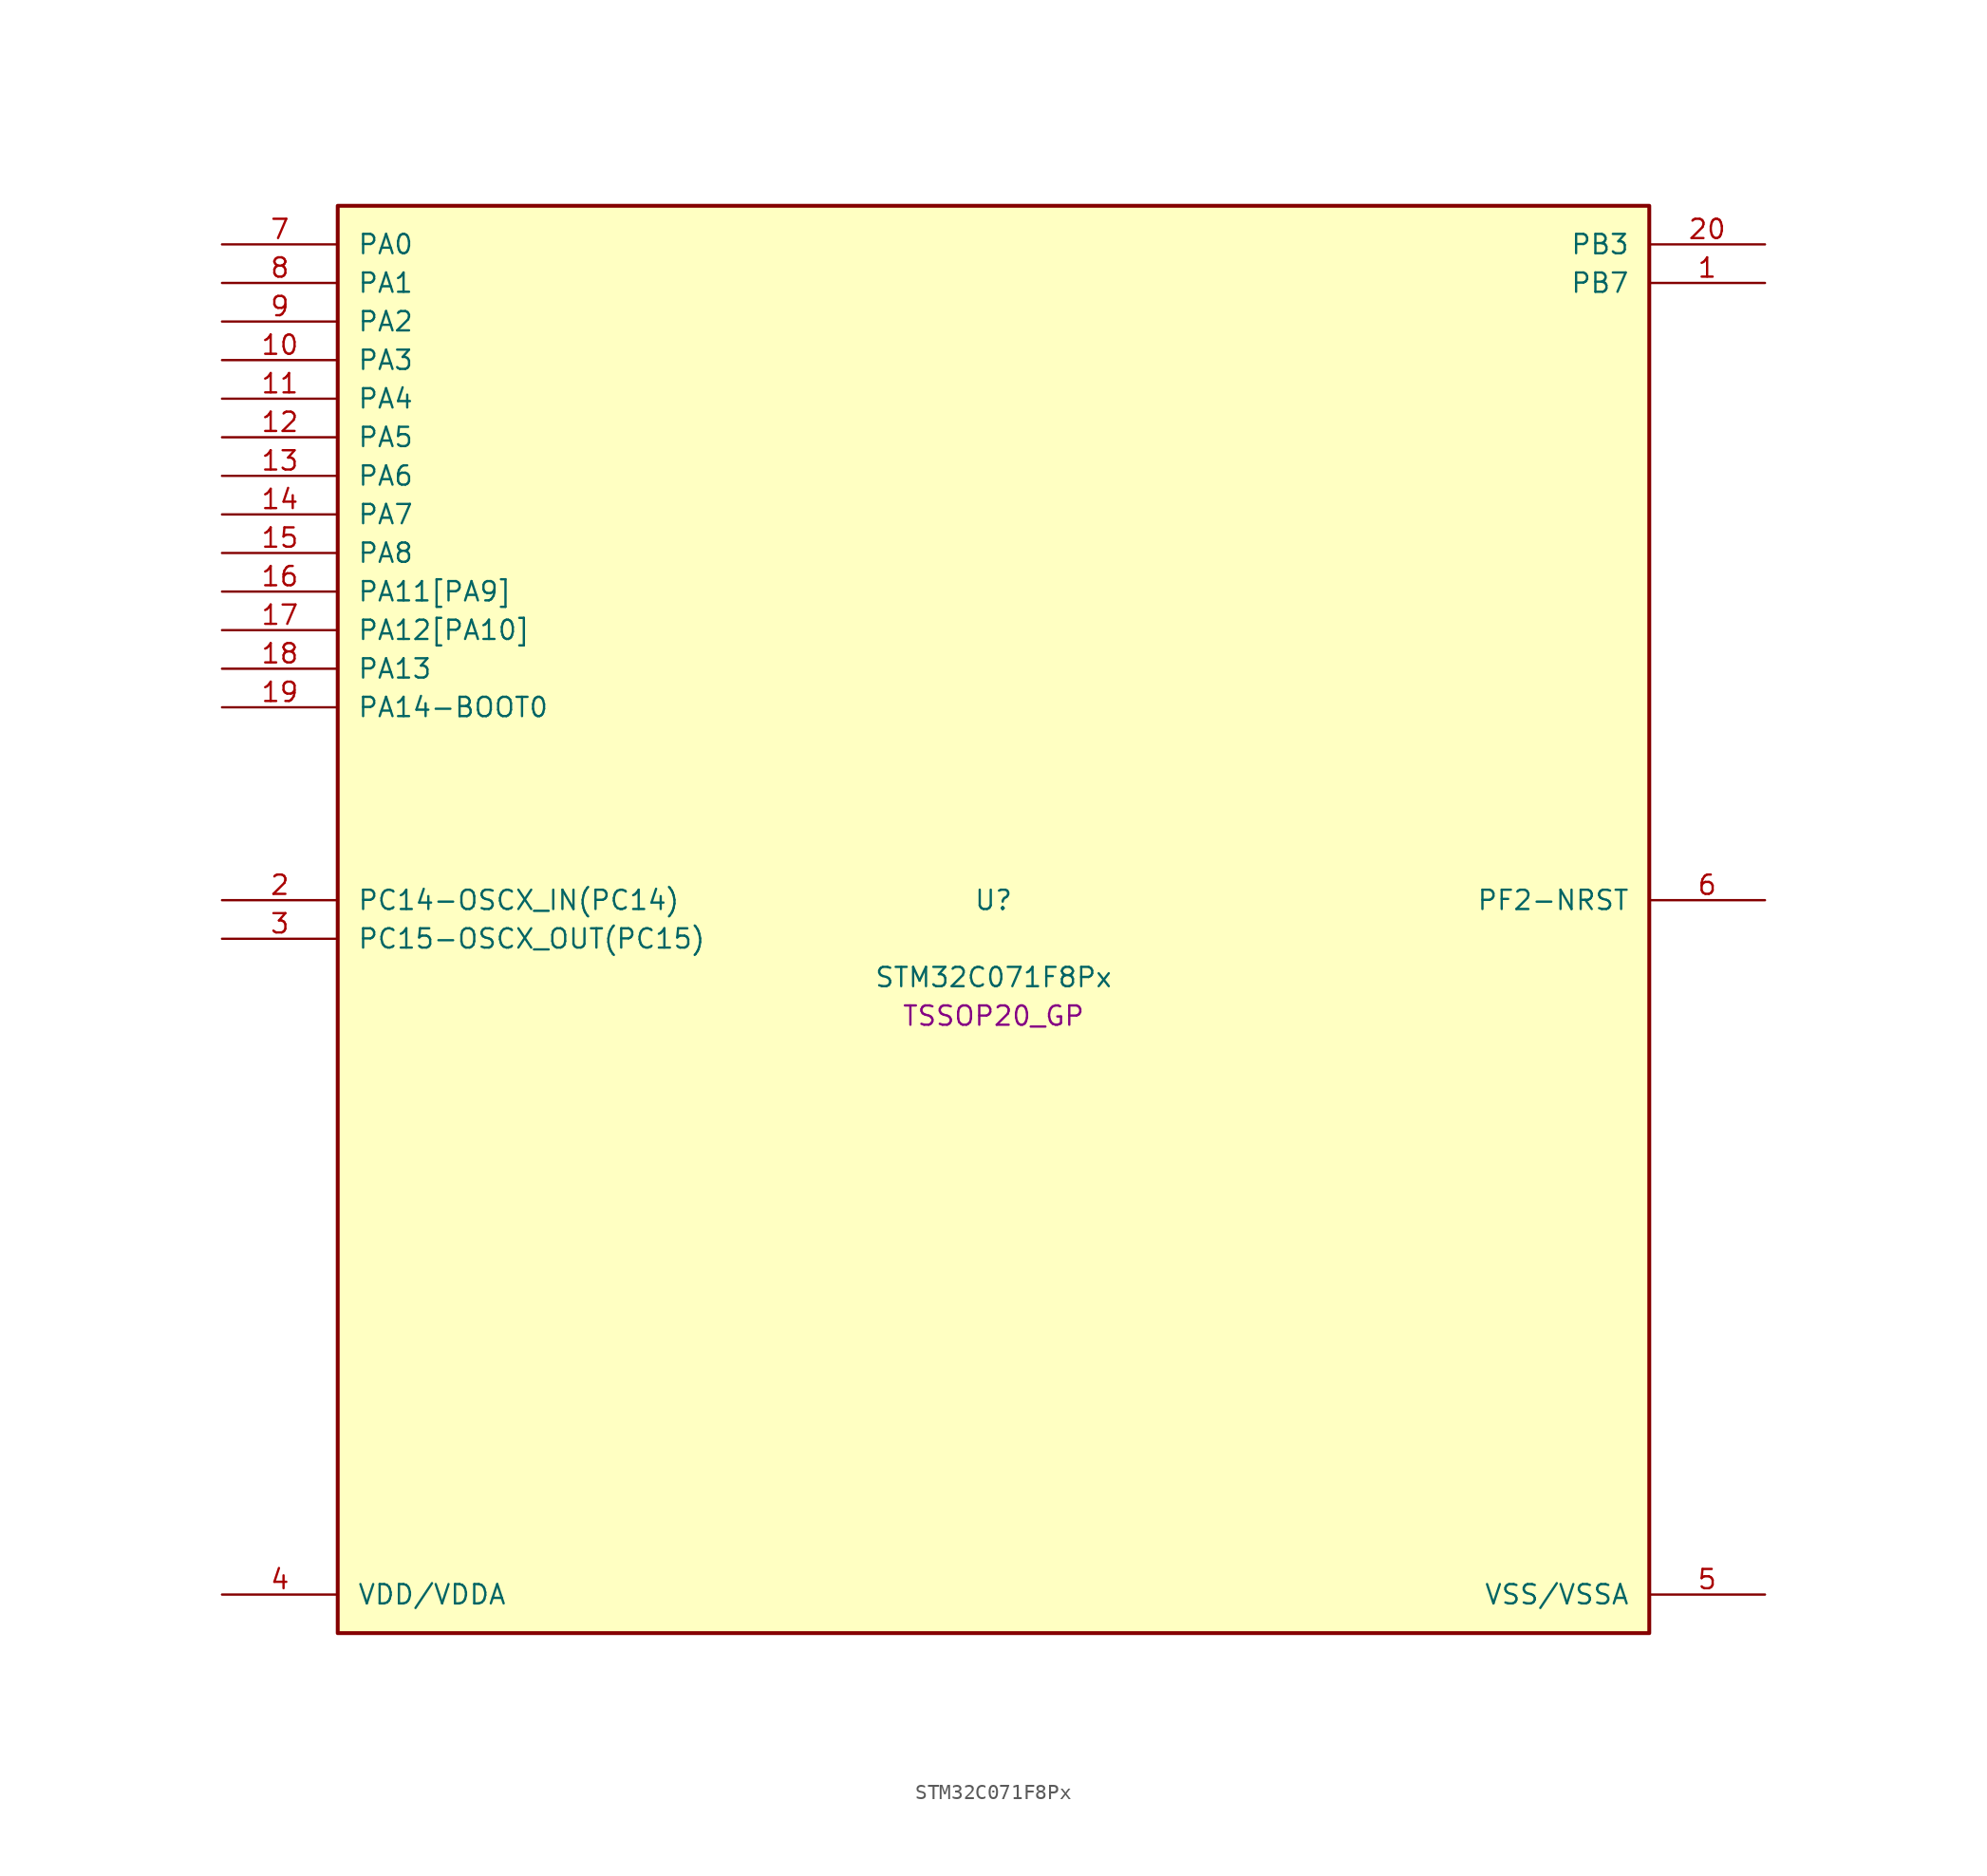
<source format=kicad_sym>
(kicad_symbol_lib
  (version 20241209)
  (generator "stm32_pkl_generator")
  (generator_version "1.0")
  (symbol "STM32C071F8Px"
    (pin_names
      (offset 1.27))
    (property "Reference" "U"
      (at 0 2.54 0))
    (property "Value" "STM32C071F8Px"
      (at 0 -2.54 0))
    (property "Footprint" "TSSOP20_GP"
      (at 0 -5.08 0))
    (symbol "STM32C071F8Px_1_1"
      (rectangle (start -43.18 48.26) (end 43.18 -45.72) (stroke (width 0.254) (type solid)) (fill (type background)))
      (pin bidirectional line (at -50.8 45.72 0) (length 7.62) (name "PA0") (number "7") (alternate "PA0/ADC1_IN0" bidirectional line) (alternate "PA0/PWR_WKUP1" bidirectional line) (alternate "PA0/SPI2_SCK" bidirectional line) (alternate "PA0/TIM16_CH1" bidirectional line) (alternate "PA0/TIM1_CH1" bidirectional line) (alternate "PA0/TIM2_CH1" bidirectional line) (alternate "PA0/TIM2_ETR" bidirectional line) (alternate "PA0/USART1_TX" bidirectional line) (alternate "PA0/USART2_CTS" bidirectional line) (alternate "PA0/USART2_NSS" bidirectional line))
      (pin bidirectional line (at -50.8 43.18 0) (length 7.62) (name "PA1") (number "8") (alternate "PA1/ADC1_IN1" bidirectional line) (alternate "PA1/I2C1_SMBA" bidirectional line) (alternate "PA1/I2S1_CK" bidirectional line) (alternate "PA1/SPI1_SCK" bidirectional line) (alternate "PA1/TIM17_CH1" bidirectional line) (alternate "PA1/TIM1_CH2" bidirectional line) (alternate "PA1/TIM2_CH2" bidirectional line) (alternate "PA1/USART1_RX" bidirectional line) (alternate "PA1/USART2_CK" bidirectional line) (alternate "PA1/USART2_DE" bidirectional line) (alternate "PA1/USART2_RTS" bidirectional line))
      (pin bidirectional line (at -50.8 40.64 0) (length 7.62) (name "PA2") (number "9") (alternate "PA2/ADC1_IN2" bidirectional line) (alternate "PA2/I2S1_SD" bidirectional line) (alternate "PA2/PWR_WKUP4" bidirectional line) (alternate "PA2/RCC_LSCO" bidirectional line) (alternate "PA2/SPI1_MOSI" bidirectional line) (alternate "PA2/TIM16_CH1N" bidirectional line) (alternate "PA2/TIM1_CH3" bidirectional line) (alternate "PA2/TIM2_CH3" bidirectional line) (alternate "PA2/TIM3_ETR" bidirectional line) (alternate "PA2/USART2_TX" bidirectional line))
      (pin bidirectional line (at -50.8 38.1 0) (length 7.62) (name "PA3") (number "10") (alternate "PA3/ADC1_IN3" bidirectional line) (alternate "PA3/SPI2_MISO" bidirectional line) (alternate "PA3/TIM1_CH1N" bidirectional line) (alternate "PA3/TIM1_CH4" bidirectional line) (alternate "PA3/TIM2_CH4" bidirectional line) (alternate "PA3/USART2_RX" bidirectional line))
      (pin bidirectional line (at -50.8 35.56 0) (length 7.62) (name "PA4") (number "11") (alternate "PA4/ADC1_IN4" bidirectional line) (alternate "PA4/I2S1_WS" bidirectional line) (alternate "PA4/PWR_WKUP2" bidirectional line) (alternate "PA4/RTC_OUT1" bidirectional line) (alternate "PA4/RTC_TS" bidirectional line) (alternate "PA4/SPI1_NSS" bidirectional line) (alternate "PA4/SPI2_MOSI" bidirectional line) (alternate "PA4/TIM14_CH1" bidirectional line) (alternate "PA4/TIM17_CH1N" bidirectional line) (alternate "PA4/TIM1_CH2N" bidirectional line) (alternate "PA4/USART2_TX" bidirectional line) (alternate "PA4/USB_NOE" bidirectional line))
      (pin bidirectional line (at -50.8 33.02 0) (length 7.62) (name "PA5") (number "12") (alternate "PA5/ADC1_IN5" bidirectional line) (alternate "PA5/I2S1_CK" bidirectional line) (alternate "PA5/SPI1_SCK" bidirectional line) (alternate "PA5/TIM1_CH1" bidirectional line) (alternate "PA5/TIM1_CH3N" bidirectional line) (alternate "PA5/TIM2_CH1" bidirectional line) (alternate "PA5/TIM2_ETR" bidirectional line) (alternate "PA5/USART2_RX" bidirectional line))
      (pin bidirectional line (at -50.8 30.48 0) (length 7.62) (name "PA6") (number "13") (alternate "PA6/ADC1_IN6" bidirectional line) (alternate "PA6/I2C2_SDA" bidirectional line) (alternate "PA6/I2S1_MCK" bidirectional line) (alternate "PA6/SPI1_MISO" bidirectional line) (alternate "PA6/TIM16_CH1" bidirectional line) (alternate "PA6/TIM1_BKIN" bidirectional line) (alternate "PA6/TIM3_CH1" bidirectional line))
      (pin bidirectional line (at -50.8 27.94 0) (length 7.62) (name "PA7") (number "14") (alternate "PA7/ADC1_IN7" bidirectional line) (alternate "PA7/I2C2_SCL" bidirectional line) (alternate "PA7/I2S1_SD" bidirectional line) (alternate "PA7/SPI1_MOSI" bidirectional line) (alternate "PA7/TIM14_CH1" bidirectional line) (alternate "PA7/TIM17_CH1" bidirectional line) (alternate "PA7/TIM1_CH1N" bidirectional line) (alternate "PA7/TIM3_CH2" bidirectional line))
      (pin bidirectional line (at -50.8 25.4 0) (length 7.62) (name "PA8") (number "15") (alternate "PA8/ADC1_IN8" bidirectional line) (alternate "PA8/CRS_SYNC" bidirectional line) (alternate "PA8/I2S1_WS" bidirectional line) (alternate "PA8/RCC_MCO" bidirectional line) (alternate "PA8/RCC_MCO_2" bidirectional line) (alternate "PA8/SPI1_NSS" bidirectional line) (alternate "PA8/SPI2_MISO" bidirectional line) (alternate "PA8/SPI2_NSS" bidirectional line) (alternate "PA8/TIM14_CH1" bidirectional line) (alternate "PA8/TIM1_CH1" bidirectional line) (alternate "PA8/TIM1_CH2N" bidirectional line) (alternate "PA8/TIM1_CH3N" bidirectional line) (alternate "PA8/TIM3_CH3" bidirectional line) (alternate "PA8/TIM3_CH4" bidirectional line) (alternate "PA8/USART1_RX" bidirectional line) (alternate "PA8/USART2_TX" bidirectional line))
      (pin bidirectional line (at -50.8 22.86 0) (length 7.62) (name "PA11[PA9]") (number "16") (alternate "PA11[PA9]/ADC1_EXTI11" bidirectional line) (alternate "PA11[PA9]/I2C2_SCL" bidirectional line) (alternate "PA11[PA9]/I2S1_MCK" bidirectional line) (alternate "PA11[PA9]/SPI1_MISO" bidirectional line) (alternate "PA11[PA9]/TIM1_BKIN2" bidirectional line) (alternate "PA11[PA9]/TIM1_CH4" bidirectional line) (alternate "PA11[PA9]/USART1_CTS" bidirectional line) (alternate "PA11[PA9]/USART1_NSS" bidirectional line) (alternate "PA11[PA9]/USB_DM" bidirectional line) (alternate "PA11[PA9]/PA9[PA11]" bidirectional line) (alternate "PA11[PA9]/I2C1_SCL" bidirectional line) (alternate "PA11[PA9]/RCC_MCO" bidirectional line) (alternate "PA11[PA9]/SPI2_MISO" bidirectional line) (alternate "PA11[PA9]/TIM1_CH2" bidirectional line) (alternate "PA11[PA9]/TIM3_ETR" bidirectional line) (alternate "PA11[PA9]/USART1_TX" bidirectional line))
      (pin bidirectional line (at -50.8 20.32 0) (length 7.62) (name "PA12[PA10]") (number "17") (alternate "PA12[PA10]/I2C2_SDA" bidirectional line) (alternate "PA12[PA10]/I2S1_SD" bidirectional line) (alternate "PA12[PA10]/I2S_CKIN" bidirectional line) (alternate "PA12[PA10]/SPI1_MOSI" bidirectional line) (alternate "PA12[PA10]/TIM1_ETR" bidirectional line) (alternate "PA12[PA10]/USART1_CK" bidirectional line) (alternate "PA12[PA10]/USART1_DE" bidirectional line) (alternate "PA12[PA10]/USART1_RTS" bidirectional line) (alternate "PA12[PA10]/USB_DP" bidirectional line) (alternate "PA12[PA10]/PA10[PA12]" bidirectional line) (alternate "PA12[PA10]/I2C1_SDA" bidirectional line) (alternate "PA12[PA10]/RCC_MCO_2" bidirectional line) (alternate "PA12[PA10]/SPI2_MOSI" bidirectional line) (alternate "PA12[PA10]/TIM17_BKIN" bidirectional line) (alternate "PA12[PA10]/TIM1_CH3" bidirectional line) (alternate "PA12[PA10]/USART1_RX" bidirectional line))
      (pin bidirectional line (at -50.8 17.78 0) (length 7.62) (name "PA13") (number "18") (alternate "PA13/ADC1_IN13" bidirectional line) (alternate "PA13/DEBUG_SWDIO" bidirectional line) (alternate "PA13/IR_OUT" bidirectional line) (alternate "PA13/TIM3_ETR" bidirectional line) (alternate "PA13/USART2_RX" bidirectional line) (alternate "PA13/USB_NOE" bidirectional line))
      (pin bidirectional line (at -50.8 15.24 0) (length 7.62) (name "PA14-BOOT0") (number "19") (alternate "PA14-BOOT0/ADC1_IN14" bidirectional line) (alternate "PA14-BOOT0/DEBUG_SWCLK" bidirectional line) (alternate "PA14-BOOT0/I2S1_WS" bidirectional line) (alternate "PA14-BOOT0/RCC_MCO_2" bidirectional line) (alternate "PA14-BOOT0/SPI1_NSS" bidirectional line) (alternate "PA14-BOOT0/TIM1_CH1" bidirectional line) (alternate "PA14-BOOT0/USART1_CK" bidirectional line) (alternate "PA14-BOOT0/USART1_DE" bidirectional line) (alternate "PA14-BOOT0/USART1_RTS" bidirectional line) (alternate "PA14-BOOT0/USART2_RX" bidirectional line) (alternate "PA14-BOOT0/USART2_TX" bidirectional line) (alternate "PA14-BOOT0/PA15" bidirectional line) (alternate "PA14-BOOT0/TIM2_CH1" bidirectional line) (alternate "PA14-BOOT0/TIM2_ETR" bidirectional line) (alternate "PA14-BOOT0/USB_NOE" bidirectional line))
      (pin bidirectional line (at 50.8 45.72 180) (length 7.62) (name "PB3") (number "20") (alternate "PB3/I2C2_SCL" bidirectional line) (alternate "PB3/I2S1_CK" bidirectional line) (alternate "PB3/SPI1_SCK" bidirectional line) (alternate "PB3/TIM1_CH2" bidirectional line) (alternate "PB3/TIM2_CH2" bidirectional line) (alternate "PB3/TIM3_CH2" bidirectional line) (alternate "PB3/USART1_CK" bidirectional line) (alternate "PB3/USART1_DE" bidirectional line) (alternate "PB3/USART1_RTS" bidirectional line) (alternate "PB3/PB4" bidirectional line) (alternate "PB3/I2C2_SDA" bidirectional line) (alternate "PB3/I2S1_MCK" bidirectional line) (alternate "PB3/SPI1_MISO" bidirectional line) (alternate "PB3/TIM17_BKIN" bidirectional line) (alternate "PB3/TIM3_CH1" bidirectional line) (alternate "PB3/USART1_CTS" bidirectional line) (alternate "PB3/USART1_NSS" bidirectional line) (alternate "PB3/PB5" bidirectional line) (alternate "PB3/I2C1_SMBA" bidirectional line) (alternate "PB3/I2S1_SD" bidirectional line) (alternate "PB3/PWR_WKUP6" bidirectional line) (alternate "PB3/SPI1_MOSI" bidirectional line) (alternate "PB3/TIM16_BKIN" bidirectional line) (alternate "PB3/TIM3_CH3" bidirectional line) (alternate "PB3/PB6" bidirectional line) (alternate "PB3/I2C1_SCL" bidirectional line) (alternate "PB3/PWR_WKUP3" bidirectional line) (alternate "PB3/SPI2_MISO" bidirectional line) (alternate "PB3/TIM16_CH1N" bidirectional line) (alternate "PB3/TIM1_CH3" bidirectional line) (alternate "PB3/USART1_TX" bidirectional line))
      (pin bidirectional line (at 50.8 43.18 180) (length 7.62) (name "PB7") (number "1") (alternate "PB7/I2C1_SCL" bidirectional line) (alternate "PB7/I2C1_SDA" bidirectional line) (alternate "PB7/RTC_REFIN" bidirectional line) (alternate "PB7/SPI2_MOSI" bidirectional line) (alternate "PB7/TIM16_CH1" bidirectional line) (alternate "PB7/TIM17_CH1N" bidirectional line) (alternate "PB7/TIM1_CH4" bidirectional line) (alternate "PB7/TIM3_CH1" bidirectional line) (alternate "PB7/TIM3_CH4" bidirectional line) (alternate "PB7/USART1_RX" bidirectional line) (alternate "PB7/USART2_CTS" bidirectional line) (alternate "PB7/USART2_NSS" bidirectional line) (alternate "PB7/PB8" bidirectional line) (alternate "PB7/SPI2_SCK" bidirectional line))
      (pin bidirectional line (at -50.8 2.54 0) (length 7.62) (name "PC14-OSCX_IN(PC14)") (number "2") (alternate "PC14-OSCX_IN(PC14)/I2C1_SDA" bidirectional line) (alternate "PC14-OSCX_IN(PC14)/IR_OUT" bidirectional line) (alternate "PC14-OSCX_IN(PC14)/RCC_OSCX_IN" bidirectional line) (alternate "PC14-OSCX_IN(PC14)/SPI2_NSS" bidirectional line) (alternate "PC14-OSCX_IN(PC14)/TIM17_CH1" bidirectional line) (alternate "PC14-OSCX_IN(PC14)/TIM1_BKIN2" bidirectional line) (alternate "PC14-OSCX_IN(PC14)/TIM1_ETR" bidirectional line) (alternate "PC14-OSCX_IN(PC14)/TIM3_CH2" bidirectional line) (alternate "PC14-OSCX_IN(PC14)/USART1_TX" bidirectional line) (alternate "PC14-OSCX_IN(PC14)/USART2_CK" bidirectional line) (alternate "PC14-OSCX_IN(PC14)/USART2_DE" bidirectional line) (alternate "PC14-OSCX_IN(PC14)/USART2_RTS" bidirectional line))
      (pin bidirectional line (at -50.8 0 0) (length 7.62) (name "PC15-OSCX_OUT(PC15)") (number "3") (alternate "PC15-OSCX_OUT(PC15)/RCC_OSC32_EN" bidirectional line) (alternate "PC15-OSCX_OUT(PC15)/RCC_OSCX_OUT" bidirectional line) (alternate "PC15-OSCX_OUT(PC15)/RCC_OSC_EN" bidirectional line) (alternate "PC15-OSCX_OUT(PC15)/TIM1_ETR" bidirectional line) (alternate "PC15-OSCX_OUT(PC15)/TIM3_CH3" bidirectional line))
      (pin bidirectional line (at 50.8 2.54 180) (length 7.62) (name "PF2-NRST") (number "6") (alternate "PF2-NRST/RCC_MCO" bidirectional line) (alternate "PF2-NRST/TIM1_CH4" bidirectional line))
      (pin power_in line (at -50.8 -43.18 0) (length 7.62) (name "VDD/VDDA") (number "4"))
      (pin power_in line (at 50.8 -43.18 180) (length 7.62) (name "VSS/VSSA") (number "5")))))
</source>
